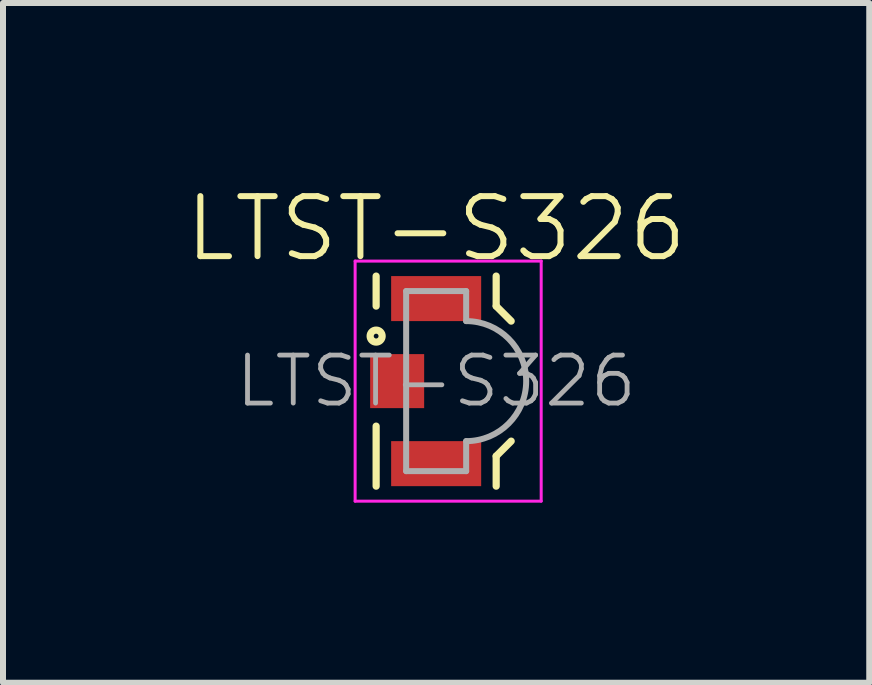
<source format=kicad_pcb>
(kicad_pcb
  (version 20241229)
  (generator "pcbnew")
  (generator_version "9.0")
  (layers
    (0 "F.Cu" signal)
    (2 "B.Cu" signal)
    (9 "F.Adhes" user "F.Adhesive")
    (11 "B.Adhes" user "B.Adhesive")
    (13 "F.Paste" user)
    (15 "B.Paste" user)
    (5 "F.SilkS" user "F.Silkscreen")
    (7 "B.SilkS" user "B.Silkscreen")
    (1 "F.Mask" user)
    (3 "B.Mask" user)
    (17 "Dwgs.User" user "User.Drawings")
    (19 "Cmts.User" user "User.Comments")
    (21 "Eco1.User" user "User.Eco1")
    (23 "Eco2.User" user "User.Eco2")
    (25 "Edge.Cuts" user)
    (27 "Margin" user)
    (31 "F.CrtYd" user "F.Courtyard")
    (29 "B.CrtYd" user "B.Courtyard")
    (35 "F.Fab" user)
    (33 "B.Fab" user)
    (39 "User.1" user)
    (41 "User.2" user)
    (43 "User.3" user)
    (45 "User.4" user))
  (footprint "LTST-S326"
    (layer "F.Cu")
    (at 4.217 3.3)
    (property "Reference" "LTST-S326" (at 0 -2.54 0) (unlocked yes) (layer "F.SilkS") (effects (font (size 1 1) (thickness 0.1))))
    (attr smd)
    (fp_line (start -1 -1.75) (end -1 -1.25) (stroke (width 0.12) (type solid)) (layer "F.SilkS"))
    (fp_line (start -1 1.75) (end -1 0.75) (stroke (width 0.12) (type solid)) (layer "F.SilkS"))
    (fp_line (start 1 -1.75) (end 1 -1.25) (stroke (width 0.12) (type solid)) (layer "F.SilkS"))
    (fp_line (start 1 -1.25) (end 1.25 -1) (stroke (width 0.12) (type solid)) (layer "F.SilkS"))
    (fp_line (start 1 1.25) (end 1 1.75) (stroke (width 0.12) (type solid)) (layer "F.SilkS"))
    (fp_line (start 1 1.25) (end 1.25 1) (stroke (width 0.12) (type solid)) (layer "F.SilkS"))
    (fp_circle (center -1 -0.75) (end -0.9 -0.75) (stroke (width 0.12) (type solid)) (fill no) (layer "F.SilkS"))
    (fp_line (start -1.35 -2) (end 1.75 -2) (stroke (width 0.05) (type solid)) (layer "F.CrtYd"))
    (fp_line (start -1.35 2) (end -1.35 -2) (stroke (width 0.05) (type solid)) (layer "F.CrtYd"))
    (fp_line (start 1.75 -2) (end 1.75 2) (stroke (width 0.05) (type solid)) (layer "F.CrtYd"))
    (fp_line (start 1.75 2) (end -1.35 2) (stroke (width 0.05) (type solid)) (layer "F.CrtYd"))
    (fp_line (start -0.5 -1.5) (end -0.5 1.5) (stroke (width 0.1) (type solid)) (layer "F.Fab"))
    (fp_line (start -0.5 -1.5) (end 0.5 -1.5) (stroke (width 0.1) (type solid)) (layer "F.Fab"))
    (fp_line (start 0.5 -1.5) (end 0.5 -1) (stroke (width 0.1) (type solid)) (layer "F.Fab"))
    (fp_line (start 0.5 1.5) (end -0.5 1.5) (stroke (width 0.1) (type solid)) (layer "F.Fab"))
    (fp_line (start 0.5 1.5) (end 0.5 1) (stroke (width 0.1) (type solid)) (layer "F.Fab"))
    (fp_arc (start 0.5 -1) (mid 1.5 0) (end 0.5 1) (stroke (width 0.1) (type solid)) (layer "F.Fab"))
    (fp_text user "${REFERENCE}" (at 0 0 0) (layer "F.Fab") (effects (font (size 0.8 0.8) (thickness 0.08))))
    (pad "1" smd rect (at 0 -1.375 180) (size 1.5 0.75) (layers "F.Cu" "F.Mask" "F.Paste"))
    (pad "2" smd rect (at 0 1.375 180) (size 1.5 0.75) (layers "F.Cu" "F.Mask" "F.Paste"))
    (pad "3" smd rect (at -0.65 0 180) (size 0.9 0.9) (layers "F.Cu" "F.Mask" "F.Paste")))
  (gr_rect
    (start -3 -3)
    (end 11.433 8.325)
    (stroke (width 0.1) (type default))
    (fill no)
    (layer "Edge.Cuts")))
</source>
